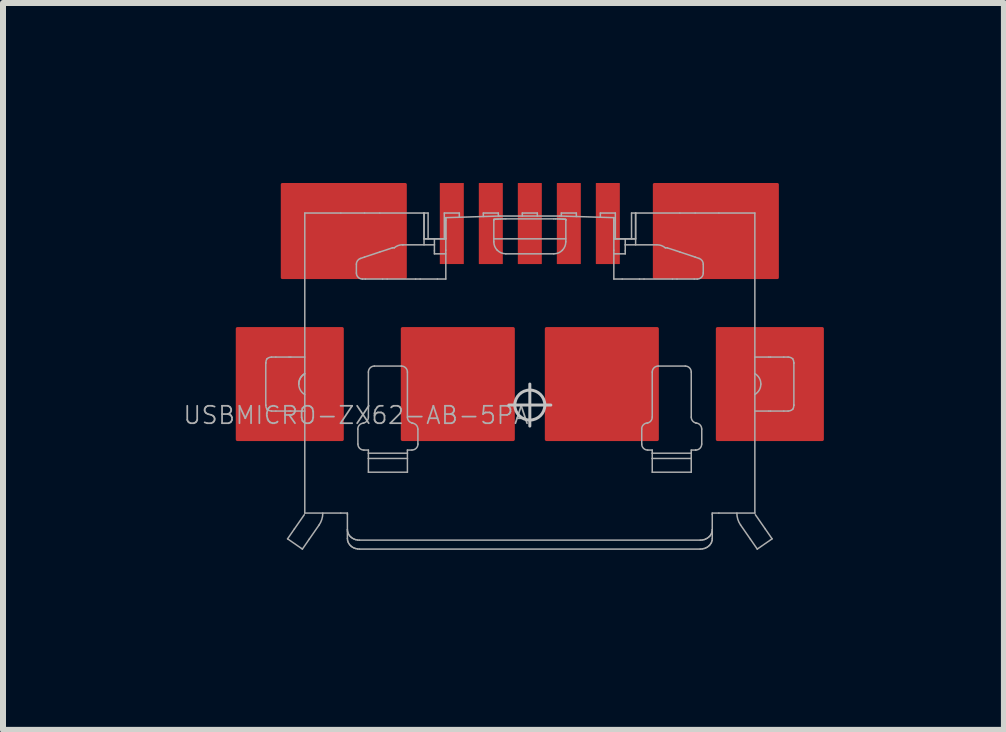
<source format=kicad_pcb>
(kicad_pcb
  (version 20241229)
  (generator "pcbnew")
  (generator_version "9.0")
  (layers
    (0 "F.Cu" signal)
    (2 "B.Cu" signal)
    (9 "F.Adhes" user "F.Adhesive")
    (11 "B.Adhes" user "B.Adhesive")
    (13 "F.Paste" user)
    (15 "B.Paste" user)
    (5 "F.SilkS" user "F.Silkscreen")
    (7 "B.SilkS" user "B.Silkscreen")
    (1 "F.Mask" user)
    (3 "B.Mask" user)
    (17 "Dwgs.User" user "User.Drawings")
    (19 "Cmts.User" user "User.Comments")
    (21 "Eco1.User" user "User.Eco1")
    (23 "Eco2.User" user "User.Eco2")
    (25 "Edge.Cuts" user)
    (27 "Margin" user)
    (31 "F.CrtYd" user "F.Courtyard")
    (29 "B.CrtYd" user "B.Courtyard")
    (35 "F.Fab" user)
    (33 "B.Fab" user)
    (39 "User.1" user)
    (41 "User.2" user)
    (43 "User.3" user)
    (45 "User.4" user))
  (footprint "USBMICRO-ZX62-AB-5PA"
    (layer "F.Cu")
    (at 5.779 3.7)
    (property "Reference" "USBMICRO-ZX62-AB-5PA" (at 0 0 180) (layer "F.Fab") (effects (font (size 0.29 0.29) (thickness 0.029)) (justify right top)))
    (attr through_hole)
    (fp_line (start 0 -0.35) (end 0 0.35) (stroke (width 0.05) (type solid)) (layer "Dwgs.User"))
    (fp_line (start 0.35 0) (end -0.35 0) (stroke (width 0.05) (type solid)) (layer "Dwgs.User"))
    (fp_circle (center 0 0) (end 0.25 0) (stroke (width 0.05) (type solid)) (fill no) (layer "Dwgs.User"))
    (fp_line (start -4.4 0) (end -4.4 -0.7) (stroke (width 0.025) (type solid)) (layer "F.Fab"))
    (fp_line (start -4.304 -0.8) (end -4.232 -0.8) (stroke (width 0.025) (type solid)) (layer "F.Fab"))
    (fp_line (start -4.232 -0.8) (end -4.012 -0.8) (stroke (width 0.025) (type solid)) (layer "F.Fab"))
    (fp_line (start -4.232 0.1) (end -4.304 0.1) (stroke (width 0.025) (type solid)) (layer "F.Fab"))
    (fp_line (start -4.037 2.229) (end -3.79 2.4) (stroke (width 0.025) (type solid)) (layer "F.Fab"))
    (fp_line (start -4.012 -0.8) (end -3.983 -0.8) (stroke (width 0.025) (type solid)) (layer "F.Fab"))
    (fp_line (start -4.012 0.1) (end -4.232 0.1) (stroke (width 0.025) (type solid)) (layer "F.Fab"))
    (fp_line (start -3.983 -0.8) (end -3.75 -0.8) (stroke (width 0.025) (type solid)) (layer "F.Fab"))
    (fp_line (start -3.983 0.1) (end -4.012 0.1) (stroke (width 0.025) (type solid)) (layer "F.Fab"))
    (fp_line (start -3.923 2.064) (end -4.037 2.229) (stroke (width 0.025) (type solid)) (layer "F.Fab"))
    (fp_line (start -3.79 2.4) (end -3.676 2.235) (stroke (width 0.025) (type solid)) (layer "F.Fab"))
    (fp_line (start -3.759 1.828) (end -3.923 2.064) (stroke (width 0.025) (type solid)) (layer "F.Fab"))
    (fp_line (start -3.75 -3.2) (end -3.75 1.8) (stroke (width 0.025) (type solid)) (layer "F.Fab"))
    (fp_line (start -3.75 0.1) (end -3.983 0.1) (stroke (width 0.025) (type solid)) (layer "F.Fab"))
    (fp_line (start -3.75 1.8) (end -3.15 1.8) (stroke (width 0.025) (type solid)) (layer "F.Fab"))
    (fp_line (start -3.676 2.235) (end -3.512 1.999) (stroke (width 0.025) (type solid)) (layer "F.Fab"))
    (fp_line (start -3.15 -3.2) (end -3.75 -3.2) (stroke (width 0.025) (type solid)) (layer "F.Fab"))
    (fp_line (start -3.15 1.8) (end -3.04 1.8) (stroke (width 0.025) (type solid)) (layer "F.Fab"))
    (fp_line (start -3.04 1.8) (end -3.04 1.824) (stroke (width 0.025) (type solid)) (layer "F.Fab"))
    (fp_line (start -3.04 1.824) (end -3.04 2.077) (stroke (width 0.025) (type solid)) (layer "F.Fab"))
    (fp_line (start -3.04 2.077) (end -3.04 2.226) (stroke (width 0.025) (type solid)) (layer "F.Fab"))
    (fp_line (start -3.04 2.226) (end -3.037 2.253) (stroke (width 0.025) (type solid)) (layer "F.Fab"))
    (fp_line (start -3.037 2.105) (end -3.04 2.077) (stroke (width 0.025) (type solid)) (layer "F.Fab"))
    (fp_line (start -3.037 2.253) (end -3.03 2.28) (stroke (width 0.025) (type solid)) (layer "F.Fab"))
    (fp_line (start -3.03 2.131) (end -3.037 2.105) (stroke (width 0.025) (type solid)) (layer "F.Fab"))
    (fp_line (start -3.03 2.28) (end -3.018 2.305) (stroke (width 0.025) (type solid)) (layer "F.Fab"))
    (fp_line (start -3.018 2.156) (end -3.03 2.131) (stroke (width 0.025) (type solid)) (layer "F.Fab"))
    (fp_line (start -3.018 2.305) (end -3.002 2.328) (stroke (width 0.025) (type solid)) (layer "F.Fab"))
    (fp_line (start -3.002 2.18) (end -3.018 2.156) (stroke (width 0.025) (type solid)) (layer "F.Fab"))
    (fp_line (start -3.002 2.328) (end -2.981 2.349) (stroke (width 0.025) (type solid)) (layer "F.Fab"))
    (fp_line (start -2.981 2.2) (end -3.002 2.18) (stroke (width 0.025) (type solid)) (layer "F.Fab"))
    (fp_line (start -2.981 2.349) (end -2.958 2.367) (stroke (width 0.025) (type solid)) (layer "F.Fab"))
    (fp_line (start -2.958 2.218) (end -2.981 2.2) (stroke (width 0.025) (type solid)) (layer "F.Fab"))
    (fp_line (start -2.958 2.367) (end -2.931 2.381) (stroke (width 0.025) (type solid)) (layer "F.Fab"))
    (fp_line (start -2.931 2.232) (end -2.958 2.218) (stroke (width 0.025) (type solid)) (layer "F.Fab"))
    (fp_line (start -2.931 2.381) (end -2.902 2.391) (stroke (width 0.025) (type solid)) (layer "F.Fab"))
    (fp_line (start -2.902 2.243) (end -2.931 2.232) (stroke (width 0.025) (type solid)) (layer "F.Fab"))
    (fp_line (start -2.902 2.391) (end -2.871 2.398) (stroke (width 0.025) (type solid)) (layer "F.Fab"))
    (fp_line (start -2.89 -2.348) (end -2.89 -2.2) (stroke (width 0.025) (type solid)) (layer "F.Fab"))
    (fp_line (start -2.871 2.249) (end -2.902 2.243) (stroke (width 0.025) (type solid)) (layer "F.Fab"))
    (fp_line (start -2.871 2.398) (end -2.84 2.4) (stroke (width 0.025) (type solid)) (layer "F.Fab"))
    (fp_line (start -2.865 0.65) (end -2.865 0.4) (stroke (width 0.025) (type solid)) (layer "F.Fab"))
    (fp_line (start -2.84 2.251) (end -2.871 2.249) (stroke (width 0.025) (type solid)) (layer "F.Fab"))
    (fp_line (start -2.84 2.4) (end 2.84 2.4) (stroke (width 0.025) (type solid)) (layer "F.Fab"))
    (fp_line (start -2.79 -2.1) (end -2.74 -2.1) (stroke (width 0.025) (type solid)) (layer "F.Fab"))
    (fp_line (start -2.755 -3.2) (end -3.15 -3.2) (stroke (width 0.025) (type solid)) (layer "F.Fab"))
    (fp_line (start -2.755 -2.466) (end -2.822 -2.443) (stroke (width 0.025) (type solid)) (layer "F.Fab"))
    (fp_line (start -2.74 -2.1) (end -2.453 -2.1) (stroke (width 0.025) (type solid)) (layer "F.Fab"))
    (fp_line (start -2.69 0.201) (end -2.69 -0.55) (stroke (width 0.025) (type solid)) (layer "F.Fab"))
    (fp_line (start -2.69 0.75) (end -2.765 0.75) (stroke (width 0.025) (type solid)) (layer "F.Fab"))
    (fp_line (start -2.69 0.802) (end -2.69 0.75) (stroke (width 0.025) (type solid)) (layer "F.Fab"))
    (fp_line (start -2.69 0.89) (end -2.69 0.802) (stroke (width 0.025) (type solid)) (layer "F.Fab"))
    (fp_line (start -2.69 1.119) (end -2.69 0.89) (stroke (width 0.025) (type solid)) (layer "F.Fab"))
    (fp_line (start -2.59 -0.65) (end -2.14 -0.65) (stroke (width 0.025) (type solid)) (layer "F.Fab"))
    (fp_line (start -2.5 -3.2) (end -2.755 -3.2) (stroke (width 0.025) (type solid)) (layer "F.Fab"))
    (fp_line (start -2.5 -2.551) (end -2.755 -2.466) (stroke (width 0.025) (type solid)) (layer "F.Fab"))
    (fp_line (start -2.453 -2.1) (end -2.377 -2.1) (stroke (width 0.025) (type solid)) (layer "F.Fab"))
    (fp_line (start -2.377 -2.1) (end -1.903 -2.1) (stroke (width 0.025) (type solid)) (layer "F.Fab"))
    (fp_line (start -2.29 -2.62) (end -2.5 -2.551) (stroke (width 0.025) (type solid)) (layer "F.Fab"))
    (fp_line (start -2.258 -2.62) (end -2.29 -2.62) (stroke (width 0.025) (type solid)) (layer "F.Fab"))
    (fp_line (start -2.04 -0.55) (end -2.04 0.201) (stroke (width 0.025) (type solid)) (layer "F.Fab"))
    (fp_line (start -2.04 0.75) (end -2.04 0.802) (stroke (width 0.025) (type solid)) (layer "F.Fab"))
    (fp_line (start -2.04 0.802) (end -2.69 0.802) (stroke (width 0.025) (type solid)) (layer "F.Fab"))
    (fp_line (start -2.04 0.802) (end -2.04 0.89) (stroke (width 0.025) (type solid)) (layer "F.Fab"))
    (fp_line (start -2.04 0.89) (end -2.69 0.89) (stroke (width 0.025) (type solid)) (layer "F.Fab"))
    (fp_line (start -2.04 0.89) (end -2.04 1.119) (stroke (width 0.025) (type solid)) (layer "F.Fab"))
    (fp_line (start -2.04 1.119) (end -2.69 1.119) (stroke (width 0.025) (type solid)) (layer "F.Fab"))
    (fp_line (start -1.965 0.75) (end -2.04 0.75) (stroke (width 0.025) (type solid)) (layer "F.Fab"))
    (fp_line (start -1.903 -2.1) (end -1.827 -2.1) (stroke (width 0.025) (type solid)) (layer "F.Fab"))
    (fp_line (start -1.865 0.4) (end -1.865 0.65) (stroke (width 0.025) (type solid)) (layer "F.Fab"))
    (fp_line (start -1.827 -2.1) (end -1.54 -2.1) (stroke (width 0.025) (type solid)) (layer "F.Fab"))
    (fp_line (start -1.763 -3.2) (end -2.5 -3.2) (stroke (width 0.025) (type solid)) (layer "F.Fab"))
    (fp_line (start -1.763 -3.2) (end -1.763 -2.67) (stroke (width 0.025) (type solid)) (layer "F.Fab"))
    (fp_line (start -1.763 -3.2) (end -1.695 -3.2) (stroke (width 0.025) (type solid)) (layer "F.Fab"))
    (fp_line (start -1.763 -2.77) (end -1.763 -3.2) (stroke (width 0.025) (type solid)) (layer "F.Fab"))
    (fp_line (start -1.763 -2.77) (end -1.59 -2.77) (stroke (width 0.025) (type solid)) (layer "F.Fab"))
    (fp_line (start -1.695 -3.2) (end -1.695 -2.77) (stroke (width 0.025) (type solid)) (layer "F.Fab"))
    (fp_line (start -1.59 -2.77) (end -1.59 -2.67) (stroke (width 0.025) (type solid)) (layer "F.Fab"))
    (fp_line (start -1.59 -2.77) (end -1.4 -2.77) (stroke (width 0.025) (type solid)) (layer "F.Fab"))
    (fp_line (start -1.59 -2.67) (end -2.112 -2.67) (stroke (width 0.025) (type solid)) (layer "F.Fab"))
    (fp_line (start -1.59 -2.57) (end -1.59 -2.67) (stroke (width 0.025) (type solid)) (layer "F.Fab"))
    (fp_line (start -1.59 -2.52) (end -1.59 -2.57) (stroke (width 0.025) (type solid)) (layer "F.Fab"))
    (fp_line (start -1.54 -2.1) (end -1.4 -2.1) (stroke (width 0.025) (type solid)) (layer "F.Fab"))
    (fp_line (start -1.425 -3.2) (end -1.175 -3.2) (stroke (width 0.025) (type solid)) (layer "F.Fab"))
    (fp_line (start -1.425 -2.77) (end -1.425 -3.2) (stroke (width 0.025) (type solid)) (layer "F.Fab"))
    (fp_line (start -1.4 -3.123) (end -1.4 -2.77) (stroke (width 0.025) (type solid)) (layer "F.Fab"))
    (fp_line (start -1.4 -3.079) (end -1.4 -3.123) (stroke (width 0.025) (type solid)) (layer "F.Fab"))
    (fp_line (start -1.4 -2.77) (end -1.763 -2.77) (stroke (width 0.025) (type solid)) (layer "F.Fab"))
    (fp_line (start -1.4 -2.58) (end -1.4 -3.079) (stroke (width 0.025) (type solid)) (layer "F.Fab"))
    (fp_line (start -1.4 -2.52) (end -1.59 -2.52) (stroke (width 0.025) (type solid)) (layer "F.Fab"))
    (fp_line (start -1.4 -2.1) (end -1.4 -2.58) (stroke (width 0.025) (type solid)) (layer "F.Fab"))
    (fp_line (start -1.175 -3.13) (end -1.175 -3.2) (stroke (width 0.025) (type solid)) (layer "F.Fab"))
    (fp_line (start -0.775 -3.2) (end -0.775 -3.142) (stroke (width 0.025) (type solid)) (layer "F.Fab"))
    (fp_line (start -0.775 -3.2) (end -0.525 -3.2) (stroke (width 0.025) (type solid)) (layer "F.Fab"))
    (fp_line (start -0.6 -3.092) (end -0.597 -3.094) (stroke (width 0.025) (type solid)) (layer "F.Fab"))
    (fp_line (start -0.6 -3.079) (end -0.6 -3.092) (stroke (width 0.025) (type solid)) (layer "F.Fab"))
    (fp_line (start -0.6 -2.77) (end 0.6 -2.77) (stroke (width 0.025) (type solid)) (layer "F.Fab"))
    (fp_line (start -0.6 -2.72) (end -0.6 -3.079) (stroke (width 0.025) (type solid)) (layer "F.Fab"))
    (fp_line (start -0.597 -3.094) (end -0.59 -3.096) (stroke (width 0.025) (type solid)) (layer "F.Fab"))
    (fp_line (start -0.59 -3.096) (end -0.578 -3.097) (stroke (width 0.025) (type solid)) (layer "F.Fab"))
    (fp_line (start -0.578 -3.097) (end -0.562 -3.099) (stroke (width 0.025) (type solid)) (layer "F.Fab"))
    (fp_line (start -0.562 -3.099) (end -0.541 -3.1) (stroke (width 0.025) (type solid)) (layer "F.Fab"))
    (fp_line (start -0.541 -3.1) (end -0.518 -3.101) (stroke (width 0.025) (type solid)) (layer "F.Fab"))
    (fp_line (start -0.525 -3.15) (end -0.525 -3.2) (stroke (width 0.025) (type solid)) (layer "F.Fab"))
    (fp_line (start -0.518 -3.101) (end -0.491 -3.102) (stroke (width 0.025) (type solid)) (layer "F.Fab"))
    (fp_line (start -0.5 -3.15) (end -1.4 -3.123) (stroke (width 0.025) (type solid)) (layer "F.Fab"))
    (fp_line (start -0.491 -3.102) (end -0.462 -3.103) (stroke (width 0.025) (type solid)) (layer "F.Fab"))
    (fp_line (start -0.462 -3.103) (end -0.431 -3.103) (stroke (width 0.025) (type solid)) (layer "F.Fab"))
    (fp_line (start -0.431 -3.103) (end -0.4 -3.103) (stroke (width 0.025) (type solid)) (layer "F.Fab"))
    (fp_line (start -0.4 -3.103) (end 0.4 -3.103) (stroke (width 0.025) (type solid)) (layer "F.Fab"))
    (fp_line (start -0.125 -3.2) (end -0.125 -3.15) (stroke (width 0.025) (type solid)) (layer "F.Fab"))
    (fp_line (start -0.125 -3.2) (end 0.125 -3.2) (stroke (width 0.025) (type solid)) (layer "F.Fab"))
    (fp_line (start 0.125 -3.15) (end 0.125 -3.2) (stroke (width 0.025) (type solid)) (layer "F.Fab"))
    (fp_line (start 0.4 -3.103) (end 0.431 -3.103) (stroke (width 0.025) (type solid)) (layer "F.Fab"))
    (fp_line (start 0.4 -2.52) (end -0.4 -2.52) (stroke (width 0.025) (type solid)) (layer "F.Fab"))
    (fp_line (start 0.431 -3.103) (end 0.462 -3.103) (stroke (width 0.025) (type solid)) (layer "F.Fab"))
    (fp_line (start 0.462 -3.103) (end 0.491 -3.102) (stroke (width 0.025) (type solid)) (layer "F.Fab"))
    (fp_line (start 0.491 -3.102) (end 0.518 -3.101) (stroke (width 0.025) (type solid)) (layer "F.Fab"))
    (fp_line (start 0.5 -3.15) (end -0.5 -3.15) (stroke (width 0.025) (type solid)) (layer "F.Fab"))
    (fp_line (start 0.518 -3.101) (end 0.541 -3.1) (stroke (width 0.025) (type solid)) (layer "F.Fab"))
    (fp_line (start 0.525 -3.2) (end 0.525 -3.15) (stroke (width 0.025) (type solid)) (layer "F.Fab"))
    (fp_line (start 0.525 -3.2) (end 0.775 -3.2) (stroke (width 0.025) (type solid)) (layer "F.Fab"))
    (fp_line (start 0.541 -3.1) (end 0.562 -3.099) (stroke (width 0.025) (type solid)) (layer "F.Fab"))
    (fp_line (start 0.562 -3.099) (end 0.578 -3.097) (stroke (width 0.025) (type solid)) (layer "F.Fab"))
    (fp_line (start 0.578 -3.097) (end 0.59 -3.096) (stroke (width 0.025) (type solid)) (layer "F.Fab"))
    (fp_line (start 0.59 -3.096) (end 0.598 -3.094) (stroke (width 0.025) (type solid)) (layer "F.Fab"))
    (fp_line (start 0.598 -3.094) (end 0.6 -3.092) (stroke (width 0.025) (type solid)) (layer "F.Fab"))
    (fp_line (start 0.6 -3.092) (end 0.6 -3.079) (stroke (width 0.025) (type solid)) (layer "F.Fab"))
    (fp_line (start 0.6 -3.079) (end 0.6 -2.72) (stroke (width 0.025) (type solid)) (layer "F.Fab"))
    (fp_line (start 0.775 -3.142) (end 0.775 -3.2) (stroke (width 0.025) (type solid)) (layer "F.Fab"))
    (fp_line (start 1.175 -3.2) (end 1.175 -3.13) (stroke (width 0.025) (type solid)) (layer "F.Fab"))
    (fp_line (start 1.175 -3.2) (end 1.425 -3.2) (stroke (width 0.025) (type solid)) (layer "F.Fab"))
    (fp_line (start 1.4 -3.123) (end 0.5 -3.15) (stroke (width 0.025) (type solid)) (layer "F.Fab"))
    (fp_line (start 1.4 -3.079) (end 1.4 -3.123) (stroke (width 0.025) (type solid)) (layer "F.Fab"))
    (fp_line (start 1.4 -2.77) (end 1.4 -3.123) (stroke (width 0.025) (type solid)) (layer "F.Fab"))
    (fp_line (start 1.4 -2.77) (end 1.59 -2.77) (stroke (width 0.025) (type solid)) (layer "F.Fab"))
    (fp_line (start 1.4 -2.58) (end 1.4 -3.079) (stroke (width 0.025) (type solid)) (layer "F.Fab"))
    (fp_line (start 1.4 -2.1) (end 1.4 -2.58) (stroke (width 0.025) (type solid)) (layer "F.Fab"))
    (fp_line (start 1.425 -3.2) (end 1.425 -2.77) (stroke (width 0.025) (type solid)) (layer "F.Fab"))
    (fp_line (start 1.54 -2.1) (end 1.4 -2.1) (stroke (width 0.025) (type solid)) (layer "F.Fab"))
    (fp_line (start 1.59 -2.77) (end 1.59 -2.67) (stroke (width 0.025) (type solid)) (layer "F.Fab"))
    (fp_line (start 1.59 -2.77) (end 1.763 -2.77) (stroke (width 0.025) (type solid)) (layer "F.Fab"))
    (fp_line (start 1.59 -2.67) (end 1.59 -2.57) (stroke (width 0.025) (type solid)) (layer "F.Fab"))
    (fp_line (start 1.59 -2.67) (end 2.112 -2.67) (stroke (width 0.025) (type solid)) (layer "F.Fab"))
    (fp_line (start 1.59 -2.57) (end 1.59 -2.52) (stroke (width 0.025) (type solid)) (layer "F.Fab"))
    (fp_line (start 1.59 -2.52) (end 1.4 -2.52) (stroke (width 0.025) (type solid)) (layer "F.Fab"))
    (fp_line (start 1.695 -3.2) (end 1.695 -2.77) (stroke (width 0.025) (type solid)) (layer "F.Fab"))
    (fp_line (start 1.763 -3.2) (end 1.695 -3.2) (stroke (width 0.025) (type solid)) (layer "F.Fab"))
    (fp_line (start 1.763 -3.2) (end 1.763 -2.77) (stroke (width 0.025) (type solid)) (layer "F.Fab"))
    (fp_line (start 1.763 -3.2) (end 1.763 -2.67) (stroke (width 0.025) (type solid)) (layer "F.Fab"))
    (fp_line (start 1.763 -2.77) (end 1.4 -2.77) (stroke (width 0.025) (type solid)) (layer "F.Fab"))
    (fp_line (start 1.827 -2.1) (end 1.54 -2.1) (stroke (width 0.025) (type solid)) (layer "F.Fab"))
    (fp_line (start 1.865 0.65) (end 1.865 0.4) (stroke (width 0.025) (type solid)) (layer "F.Fab"))
    (fp_line (start 1.903 -2.1) (end 1.827 -2.1) (stroke (width 0.025) (type solid)) (layer "F.Fab"))
    (fp_line (start 2.04 0.201) (end 2.04 -0.55) (stroke (width 0.025) (type solid)) (layer "F.Fab"))
    (fp_line (start 2.04 0.75) (end 1.965 0.75) (stroke (width 0.025) (type solid)) (layer "F.Fab"))
    (fp_line (start 2.04 0.802) (end 2.04 0.75) (stroke (width 0.025) (type solid)) (layer "F.Fab"))
    (fp_line (start 2.04 0.802) (end 2.69 0.802) (stroke (width 0.025) (type solid)) (layer "F.Fab"))
    (fp_line (start 2.04 0.89) (end 2.04 0.802) (stroke (width 0.025) (type solid)) (layer "F.Fab"))
    (fp_line (start 2.04 0.89) (end 2.69 0.89) (stroke (width 0.025) (type solid)) (layer "F.Fab"))
    (fp_line (start 2.04 1.119) (end 2.04 0.89) (stroke (width 0.025) (type solid)) (layer "F.Fab"))
    (fp_line (start 2.14 -0.65) (end 2.59 -0.65) (stroke (width 0.025) (type solid)) (layer "F.Fab"))
    (fp_line (start 2.258 -2.62) (end 2.29 -2.62) (stroke (width 0.025) (type solid)) (layer "F.Fab"))
    (fp_line (start 2.29 -2.62) (end 2.5 -2.551) (stroke (width 0.025) (type solid)) (layer "F.Fab"))
    (fp_line (start 2.377 -2.1) (end 1.903 -2.1) (stroke (width 0.025) (type solid)) (layer "F.Fab"))
    (fp_line (start 2.453 -2.1) (end 2.377 -2.1) (stroke (width 0.025) (type solid)) (layer "F.Fab"))
    (fp_line (start 2.5 -3.2) (end 1.763 -3.2) (stroke (width 0.025) (type solid)) (layer "F.Fab"))
    (fp_line (start 2.5 -2.551) (end 2.755 -2.466) (stroke (width 0.025) (type solid)) (layer "F.Fab"))
    (fp_line (start 2.69 -0.55) (end 2.69 0.201) (stroke (width 0.025) (type solid)) (layer "F.Fab"))
    (fp_line (start 2.69 0.75) (end 2.69 0.802) (stroke (width 0.025) (type solid)) (layer "F.Fab"))
    (fp_line (start 2.69 0.802) (end 2.69 0.89) (stroke (width 0.025) (type solid)) (layer "F.Fab"))
    (fp_line (start 2.69 0.89) (end 2.69 1.119) (stroke (width 0.025) (type solid)) (layer "F.Fab"))
    (fp_line (start 2.69 1.119) (end 2.04 1.119) (stroke (width 0.025) (type solid)) (layer "F.Fab"))
    (fp_line (start 2.74 -2.1) (end 2.453 -2.1) (stroke (width 0.025) (type solid)) (layer "F.Fab"))
    (fp_line (start 2.755 -3.2) (end 2.5 -3.2) (stroke (width 0.025) (type solid)) (layer "F.Fab"))
    (fp_line (start 2.755 -2.466) (end 2.822 -2.443) (stroke (width 0.025) (type solid)) (layer "F.Fab"))
    (fp_line (start 2.764 0.75) (end 2.69 0.75) (stroke (width 0.025) (type solid)) (layer "F.Fab"))
    (fp_line (start 2.765 0.75) (end 2.764 0.75) (stroke (width 0.025) (type solid)) (layer "F.Fab"))
    (fp_line (start 2.79 -2.1) (end 2.74 -2.1) (stroke (width 0.025) (type solid)) (layer "F.Fab"))
    (fp_line (start 2.84 2.251) (end -2.84 2.251) (stroke (width 0.025) (type solid)) (layer "F.Fab"))
    (fp_line (start 2.84 2.4) (end 2.871 2.398) (stroke (width 0.025) (type solid)) (layer "F.Fab"))
    (fp_line (start 2.865 0.4) (end 2.865 0.65) (stroke (width 0.025) (type solid)) (layer "F.Fab"))
    (fp_line (start 2.871 2.249) (end 2.84 2.251) (stroke (width 0.025) (type solid)) (layer "F.Fab"))
    (fp_line (start 2.871 2.398) (end 2.902 2.391) (stroke (width 0.025) (type solid)) (layer "F.Fab"))
    (fp_line (start 2.89 -2.348) (end 2.89 -2.2) (stroke (width 0.025) (type solid)) (layer "F.Fab"))
    (fp_line (start 2.902 2.243) (end 2.871 2.249) (stroke (width 0.025) (type solid)) (layer "F.Fab"))
    (fp_line (start 2.902 2.391) (end 2.931 2.381) (stroke (width 0.025) (type solid)) (layer "F.Fab"))
    (fp_line (start 2.931 2.232) (end 2.902 2.243) (stroke (width 0.025) (type solid)) (layer "F.Fab"))
    (fp_line (start 2.931 2.381) (end 2.958 2.367) (stroke (width 0.025) (type solid)) (layer "F.Fab"))
    (fp_line (start 2.958 2.218) (end 2.931 2.232) (stroke (width 0.025) (type solid)) (layer "F.Fab"))
    (fp_line (start 2.958 2.367) (end 2.981 2.349) (stroke (width 0.025) (type solid)) (layer "F.Fab"))
    (fp_line (start 2.981 2.2) (end 2.958 2.218) (stroke (width 0.025) (type solid)) (layer "F.Fab"))
    (fp_line (start 2.981 2.349) (end 3.002 2.328) (stroke (width 0.025) (type solid)) (layer "F.Fab"))
    (fp_line (start 3.002 2.18) (end 2.981 2.2) (stroke (width 0.025) (type solid)) (layer "F.Fab"))
    (fp_line (start 3.002 2.328) (end 3.018 2.305) (stroke (width 0.025) (type solid)) (layer "F.Fab"))
    (fp_line (start 3.018 2.156) (end 3.002 2.18) (stroke (width 0.025) (type solid)) (layer "F.Fab"))
    (fp_line (start 3.018 2.305) (end 3.03 2.28) (stroke (width 0.025) (type solid)) (layer "F.Fab"))
    (fp_line (start 3.03 2.131) (end 3.018 2.156) (stroke (width 0.025) (type solid)) (layer "F.Fab"))
    (fp_line (start 3.03 2.28) (end 3.038 2.253) (stroke (width 0.025) (type solid)) (layer "F.Fab"))
    (fp_line (start 3.038 2.105) (end 3.03 2.131) (stroke (width 0.025) (type solid)) (layer "F.Fab"))
    (fp_line (start 3.038 2.253) (end 3.04 2.226) (stroke (width 0.025) (type solid)) (layer "F.Fab"))
    (fp_line (start 3.04 1.8) (end 3.15 1.8) (stroke (width 0.025) (type solid)) (layer "F.Fab"))
    (fp_line (start 3.04 1.824) (end 3.04 1.8) (stroke (width 0.025) (type solid)) (layer "F.Fab"))
    (fp_line (start 3.04 2.077) (end 3.038 2.105) (stroke (width 0.025) (type solid)) (layer "F.Fab"))
    (fp_line (start 3.04 2.077) (end 3.04 1.824) (stroke (width 0.025) (type solid)) (layer "F.Fab"))
    (fp_line (start 3.04 2.226) (end 3.04 2.077) (stroke (width 0.025) (type solid)) (layer "F.Fab"))
    (fp_line (start 3.15 -3.2) (end 2.755 -3.2) (stroke (width 0.025) (type solid)) (layer "F.Fab"))
    (fp_line (start 3.15 1.8) (end 3.75 1.8) (stroke (width 0.025) (type solid)) (layer "F.Fab"))
    (fp_line (start 3.512 1.999) (end 3.676 2.235) (stroke (width 0.025) (type solid)) (layer "F.Fab"))
    (fp_line (start 3.676 2.235) (end 3.79 2.4) (stroke (width 0.025) (type solid)) (layer "F.Fab"))
    (fp_line (start 3.75 -3.2) (end 3.15 -3.2) (stroke (width 0.025) (type solid)) (layer "F.Fab"))
    (fp_line (start 3.75 -0.8) (end 3.983 -0.8) (stroke (width 0.025) (type solid)) (layer "F.Fab"))
    (fp_line (start 3.75 1.8) (end 3.75 -3.2) (stroke (width 0.025) (type solid)) (layer "F.Fab"))
    (fp_line (start 3.79 2.4) (end 4.037 2.229) (stroke (width 0.025) (type solid)) (layer "F.Fab"))
    (fp_line (start 3.923 2.064) (end 3.759 1.828) (stroke (width 0.025) (type solid)) (layer "F.Fab"))
    (fp_line (start 3.983 -0.8) (end 4.012 -0.8) (stroke (width 0.025) (type solid)) (layer "F.Fab"))
    (fp_line (start 3.983 0.1) (end 3.75 0.1) (stroke (width 0.025) (type solid)) (layer "F.Fab"))
    (fp_line (start 4.012 -0.8) (end 4.232 -0.8) (stroke (width 0.025) (type solid)) (layer "F.Fab"))
    (fp_line (start 4.012 0.1) (end 3.983 0.1) (stroke (width 0.025) (type solid)) (layer "F.Fab"))
    (fp_line (start 4.037 2.229) (end 3.923 2.064) (stroke (width 0.025) (type solid)) (layer "F.Fab"))
    (fp_line (start 4.232 -0.8) (end 4.304 -0.8) (stroke (width 0.025) (type solid)) (layer "F.Fab"))
    (fp_line (start 4.232 0.1) (end 4.012 0.1) (stroke (width 0.025) (type solid)) (layer "F.Fab"))
    (fp_line (start 4.304 0.1) (end 4.232 0.1) (stroke (width 0.025) (type solid)) (layer "F.Fab"))
    (fp_line (start 4.4 -0.7) (end 4.4 0) (stroke (width 0.025) (type solid)) (layer "F.Fab"))
    (fp_arc (start -4.400103 -0.700003) (mid -4.40006 -0.701502) (end -4.4 -0.703) (stroke (width 0.025) (type solid)) (layer "F.Fab"))
    (fp_arc (start -4.400015 0.002) (mid -4.400011 0.001) (end -4.4 0) (stroke (width 0.025) (type solid)) (layer "F.Fab"))
    (fp_arc (start -4.399471 -0.703) (mid -4.394507 -0.738366) (end -4.38 -0.771) (stroke (width 0.025) (type solid)) (layer "F.Fab"))
    (fp_arc (start -4.380446 0.070278) (mid -4.395014 0.037511) (end -4.4 0.002) (stroke (width 0.025) (type solid)) (layer "F.Fab"))
    (fp_arc (start -4.379915 -0.770895) (mid -4.344409 -0.791843) (end -4.304 -0.8) (stroke (width 0.025) (type solid)) (layer "F.Fab"))
    (fp_arc (start -4.304003 0.099135) (mid -4.344456 0.09097) (end -4.38 0.07) (stroke (width 0.025) (type solid)) (layer "F.Fab"))
    (fp_arc (start -3.850687 -0.349999) (mid -3.823701 -0.450516) (end -3.75 -0.524) (stroke (width 0.025) (type solid)) (layer "F.Fab"))
    (fp_arc (start -3.849821 -0.349999) (mid -3.823076 -0.449866) (end -3.75 -0.523) (stroke (width 0.025) (type solid)) (layer "F.Fab"))
    (fp_arc (start -3.75009 -0.175842) (mid -3.823482 -0.249476) (end -3.85 -0.35) (stroke (width 0.025) (type solid)) (layer "F.Fab"))
    (fp_arc (start -3.449934 1.8) (mid -3.465811 1.904227) (end -3.512 1.999) (stroke (width 0.025) (type solid)) (layer "F.Fab"))
    (fp_arc (start -2.890242 -2.347999) (mid -2.871414 -2.406485) (end -2.822 -2.443) (stroke (width 0.025) (type solid)) (layer "F.Fab"))
    (fp_arc (start -2.867 0.401) (mid -2.837711 0.330289) (end -2.767 0.301) (stroke (width 0.025) (type solid)) (layer "F.Fab"))
    (fp_arc (start -2.79 -2.1) (mid -2.860711 -2.129289) (end -2.89 -2.2) (stroke (width 0.025) (type solid)) (layer "F.Fab"))
    (fp_arc (start -2.765 0.75) (mid -2.835711 0.720711) (end -2.865 0.65) (stroke (width 0.025) (type solid)) (layer "F.Fab"))
    (fp_arc (start -2.690148 0.201) (mid -2.714939 0.266849) (end -2.777 0.3) (stroke (width 0.025) (type solid)) (layer "F.Fab"))
    (fp_arc (start -2.69 -0.55) (mid -2.660711 -0.620711) (end -2.59 -0.65) (stroke (width 0.025) (type solid)) (layer "F.Fab"))
    (fp_arc (start -2.258584 -2.620514) (mid -2.194808 -2.657974) (end -2.122 -2.671) (stroke (width 0.025) (type solid)) (layer "F.Fab"))
    (fp_arc (start -2.14 -0.65) (mid -2.069289 -0.620711) (end -2.04 -0.55) (stroke (width 0.025) (type solid)) (layer "F.Fab"))
    (fp_arc (start -2.122 -2.67024) (mid -2.116999 -2.67018) (end -2.112 -2.67) (stroke (width 0.025) (type solid)) (layer "F.Fab"))
    (fp_arc (start -1.966 0.301) (mid -1.895289 0.330289) (end -1.866 0.401) (stroke (width 0.025) (type solid)) (layer "F.Fab"))
    (fp_arc (start -1.952033 0.300271) (mid -2.014843 0.267319) (end -2.04 0.201) (stroke (width 0.025) (type solid)) (layer "F.Fab"))
    (fp_arc (start -1.864 0.649) (mid -1.893289 0.719711) (end -1.964 0.749) (stroke (width 0.025) (type solid)) (layer "F.Fab"))
    (fp_arc (start -0.542421 -2.579583) (mid -0.585046 -2.644118) (end -0.6 -2.72) (stroke (width 0.025) (type solid)) (layer "F.Fab"))
    (fp_arc (start -0.4 -2.520589) (mid -0.476964 -2.536041) (end -0.542 -2.58) (stroke (width 0.025) (type solid)) (layer "F.Fab"))
    (fp_arc (start 0.542421 -2.579584) (mid 0.477191 -2.535496) (end 0.4 -2.52) (stroke (width 0.025) (type solid)) (layer "F.Fab"))
    (fp_arc (start 0.599408 -2.72) (mid 0.584499 -2.644343) (end 0.542 -2.58) (stroke (width 0.025) (type solid)) (layer "F.Fab"))
    (fp_arc (start 1.864 0.398) (mid 1.893289 0.327289) (end 1.964 0.298) (stroke (width 0.025) (type solid)) (layer "F.Fab"))
    (fp_arc (start 1.965 0.75) (mid 1.894289 0.720711) (end 1.865 0.65) (stroke (width 0.025) (type solid)) (layer "F.Fab"))
    (fp_arc (start 2.039851 0.200999) (mid 2.015061 0.266848) (end 1.953 0.3) (stroke (width 0.025) (type solid)) (layer "F.Fab"))
    (fp_arc (start 2.04 -0.55) (mid 2.069289 -0.620711) (end 2.14 -0.65) (stroke (width 0.025) (type solid)) (layer "F.Fab"))
    (fp_arc (start 2.122 -2.670228) (mid 2.19449 -2.65727) (end 2.258 -2.62) (stroke (width 0.025) (type solid)) (layer "F.Fab"))
    (fp_arc (start 2.59 -0.65) (mid 2.660711 -0.620711) (end 2.69 -0.55) (stroke (width 0.025) (type solid)) (layer "F.Fab"))
    (fp_arc (start 2.764 0.299) (mid 2.834711 0.328289) (end 2.864 0.399) (stroke (width 0.025) (type solid)) (layer "F.Fab"))
    (fp_arc (start 2.777966 0.300269) (mid 2.715157 0.267317) (end 2.69 0.201) (stroke (width 0.025) (type solid)) (layer "F.Fab"))
    (fp_arc (start 2.82192 -2.442768) (mid 2.871215 -2.406343) (end 2.89 -2.348) (stroke (width 0.025) (type solid)) (layer "F.Fab"))
    (fp_arc (start 2.864 0.65) (mid 2.834711 0.720711) (end 2.764 0.75) (stroke (width 0.025) (type solid)) (layer "F.Fab"))
    (fp_arc (start 2.89 -2.2) (mid 2.860711 -2.129289) (end 2.79 -2.1) (stroke (width 0.025) (type solid)) (layer "F.Fab"))
    (fp_arc (start 3.512053 1.998961) (mid 3.465873 1.904206) (end 3.45 1.8) (stroke (width 0.025) (type solid)) (layer "F.Fab"))
    (fp_arc (start 3.750089 -0.524156) (mid 3.823482 -0.450524) (end 3.85 -0.35) (stroke (width 0.025) (type solid)) (layer "F.Fab"))
    (fp_arc (start 3.84982 -0.350001) (mid 3.823076 -0.250134) (end 3.75 -0.177) (stroke (width 0.025) (type solid)) (layer "F.Fab"))
    (fp_arc (start 4.303992 -0.800781) (mid 4.345029 -0.792441) (end 4.381 -0.771) (stroke (width 0.025) (type solid)) (layer "F.Fab"))
    (fp_arc (start 4.380727 -0.770831) (mid 4.395088 -0.738258) (end 4.4 -0.703) (stroke (width 0.025) (type solid)) (layer "F.Fab"))
    (fp_arc (start 4.381143 0.070168) (mid 4.345109 0.091646) (end 4.304 0.1) (stroke (width 0.025) (type solid)) (layer "F.Fab"))
    (fp_arc (start 4.399984 0) (mid 4.399996 0.001) (end 4.4 0.002) (stroke (width 0.025) (type solid)) (layer "F.Fab"))
    (fp_arc (start 4.400034 -0.703) (mid 4.400026 -0.7015) (end 4.4 -0.7) (stroke (width 0.025) (type solid)) (layer "F.Fab"))
    (fp_arc (start 4.400321 0.001999) (mid 4.395397 0.037345) (end 4.381 0.07) (stroke (width 0.025) (type solid)) (layer "F.Fab"))
    (pad "1" smd rect (at -1.3 -3.025 180) (size 0.4 1.35) (layers "F.Cu" "F.Mask" "F.Paste"))
    (pad "2" smd roundrect (at -0.65 -3.025 180) (size 0.4 1.35) (layers "F.Cu" "F.Mask" "F.Paste") (roundrect_rratio 0.015))
    (pad "3" smd roundrect (at 0 -3.025 180) (size 0.4 1.35) (layers "F.Cu" "F.Mask" "F.Paste") (roundrect_rratio 0.015))
    (pad "4" smd roundrect (at 0.65 -3.025 180) (size 0.4 1.35) (layers "F.Cu" "F.Mask" "F.Paste") (roundrect_rratio 0.015))
    (pad "5" smd roundrect (at 1.3 -3.025 180) (size 0.4 1.35) (layers "F.Cu" "F.Mask" "F.Paste") (roundrect_rratio 0.015))
    (pad "6" smd roundrect (at 3.1 -2.9 180) (size 2.1 1.6) (layers "F.Cu" "F.Mask" "F.Paste") (roundrect_rratio 0.015))
    (pad "7" smd roundrect (at 4 -0.35 180) (size 1.8 1.9) (layers "F.Cu" "F.Mask" "F.Paste") (roundrect_rratio 0.015))
    (pad "8" smd roundrect (at 1.2 -0.35 180) (size 1.9 1.9) (layers "F.Cu" "F.Mask" "F.Paste") (roundrect_rratio 0.015))
    (pad "9" smd roundrect (at -1.2 -0.35 180) (size 1.9 1.9) (layers "F.Cu" "F.Mask" "F.Paste") (roundrect_rratio 0.015))
    (pad "10" smd roundrect (at -4 -0.35 180) (size 1.8 1.9) (layers "F.Cu" "F.Mask" "F.Paste") (roundrect_rratio 0.015))
    (pad "11" smd roundrect (at -3.1 -2.9 180) (size 2.1 1.6) (layers "F.Cu" "F.Mask" "F.Paste") (roundrect_rratio 0.015)))
  (gr_rect
    (start -3 -3)
    (end 13.679 9.113)
    (stroke (width 0.1) (type default))
    (fill no)
    (layer "Edge.Cuts")))
</source>
